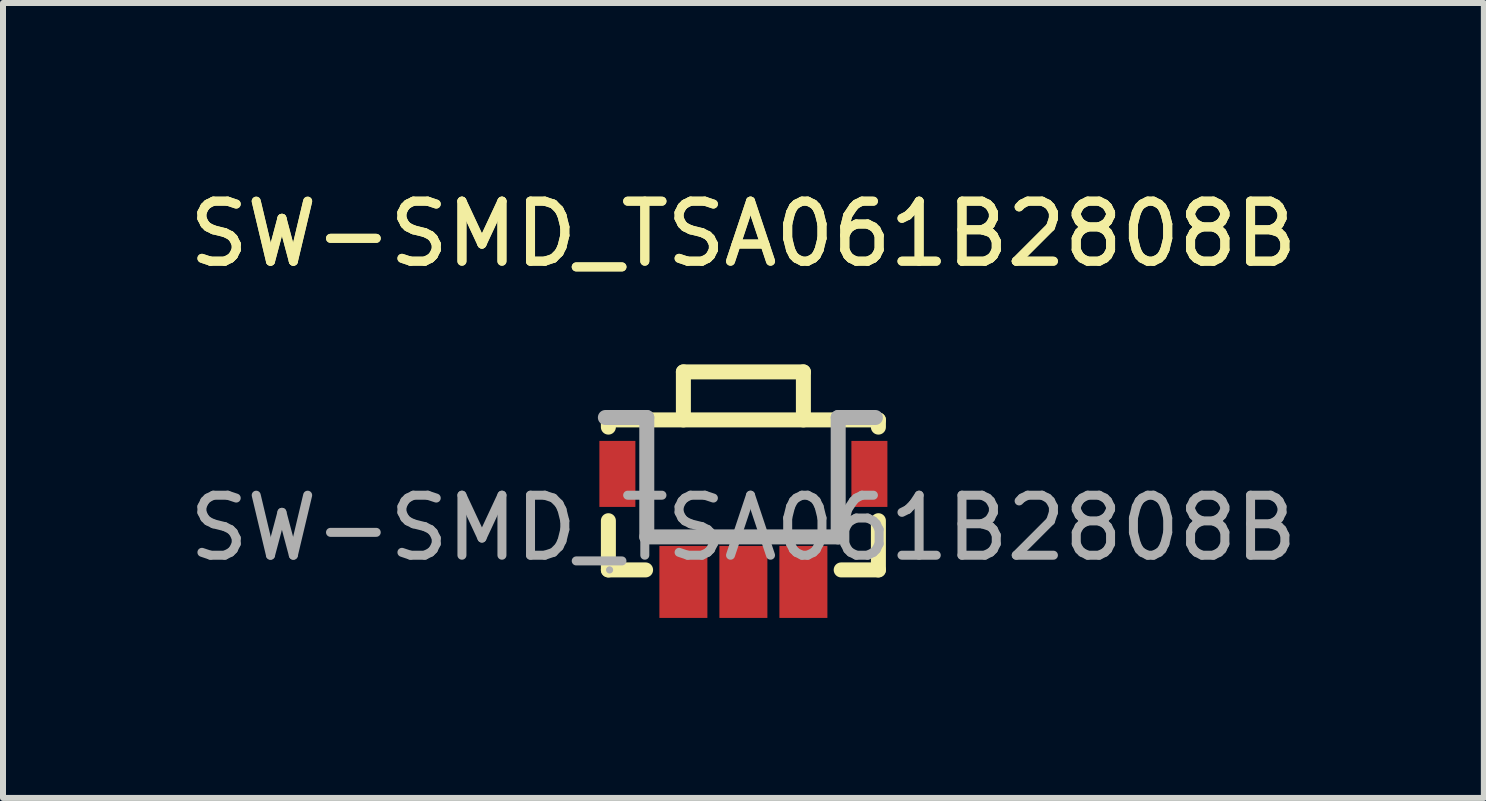
<source format=kicad_pcb>
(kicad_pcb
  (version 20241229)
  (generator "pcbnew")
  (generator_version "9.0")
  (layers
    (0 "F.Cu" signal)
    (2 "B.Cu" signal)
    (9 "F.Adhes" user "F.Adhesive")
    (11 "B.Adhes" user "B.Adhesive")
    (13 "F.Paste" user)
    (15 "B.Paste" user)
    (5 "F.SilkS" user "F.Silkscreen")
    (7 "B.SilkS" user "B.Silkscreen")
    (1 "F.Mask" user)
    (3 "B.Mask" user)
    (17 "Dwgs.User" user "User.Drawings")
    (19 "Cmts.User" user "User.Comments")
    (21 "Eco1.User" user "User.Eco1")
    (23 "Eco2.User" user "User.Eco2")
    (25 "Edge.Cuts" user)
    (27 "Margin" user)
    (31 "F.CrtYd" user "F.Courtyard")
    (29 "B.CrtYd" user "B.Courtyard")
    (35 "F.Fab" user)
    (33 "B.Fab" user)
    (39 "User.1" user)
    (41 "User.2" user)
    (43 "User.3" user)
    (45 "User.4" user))
  (footprint "SW-SMD_TSA061B2808B"
    (layer "F.Cu")
    (at 9.339 5.748)
    (property "Reference" "SW-SMD_TSA061B2808B" (at 0 -4.9 0) (layer "F.SilkS") (effects (font (size 1 1) (thickness 0.15))))
    (attr smd)
    (fp_line (start -2.25 -1.8) (end -2.25 -1.68) (stroke (width 0.25) (type solid)) (layer "F.SilkS"))
    (fp_line (start -2.25 -1.8) (end 2.25 -1.8) (stroke (width 0.25) (type solid)) (layer "F.SilkS"))
    (fp_line (start -2.25 -0.12) (end -2.25 0.7) (stroke (width 0.25) (type solid)) (layer "F.SilkS"))
    (fp_line (start -2.25 0.7) (end -1.63 0.7) (stroke (width 0.25) (type solid)) (layer "F.SilkS"))
    (fp_line (start -1 -2.6) (end -1 -1.8) (stroke (width 0.25) (type solid)) (layer "F.SilkS"))
    (fp_line (start -1 -2.6) (end 1 -2.6) (stroke (width 0.25) (type solid)) (layer "F.SilkS"))
    (fp_line (start 1 -2.6) (end 1 -1.8) (stroke (width 0.25) (type solid)) (layer "F.SilkS"))
    (fp_line (start 1.63 0.7) (end 2.25 0.7) (stroke (width 0.25) (type solid)) (layer "F.SilkS"))
    (fp_line (start 2.25 -1.8) (end 2.25 -1.68) (stroke (width 0.25) (type solid)) (layer "F.SilkS"))
    (fp_line (start 2.25 -0.12) (end 2.25 0.7) (stroke (width 0.25) (type solid)) (layer "F.SilkS"))
    (fp_line (start -1.61 -1.84) (end -2.3 -1.84) (stroke (width 0.25) (type solid)) (layer "F.Fab"))
    (fp_line (start -1.61 -1.84) (end -1.61 0.15) (stroke (width 0.25) (type solid)) (layer "F.Fab"))
    (fp_line (start -1.61 0.15) (end 1.58 0.15) (stroke (width 0.25) (type solid)) (layer "F.Fab"))
    (fp_line (start 1.58 -1.84) (end 2.2 -1.84) (stroke (width 0.25) (type solid)) (layer "F.Fab"))
    (fp_line (start 1.58 0.15) (end 1.58 -1.84) (stroke (width 0.25) (type solid)) (layer "F.Fab"))
    (fp_circle (center -2.23 0.7) (end -2.2 0.7) (stroke (width 0.06) (type solid)) (fill no) (layer "F.Fab"))
    (fp_text user "${REFERENCE}" (at 0 -4.9 0) (layer "F.SilkS") (effects (font (size 1 1) (thickness 0.15))))
    (fp_text user "${REFERENCE}" (at 0 0 0) (layer "F.Fab") (effects (font (size 1 1) (thickness 0.15))))
    (pad "1" smd rect (at -1 0.9) (size 0.8 1.2) (layers "F.Cu" "F.Mask" "F.Paste"))
    (pad "2" smd rect (at 0 0.9) (size 0.8 1.2) (layers "F.Cu" "F.Mask" "F.Paste"))
    (pad "3" smd rect (at 1 0.9) (size 0.8 1.2) (layers "F.Cu" "F.Mask" "F.Paste"))
    (pad "4" smd rect (at 2.1 -0.9) (size 0.6 1.1) (layers "F.Cu" "F.Mask" "F.Paste"))
    (pad "5" smd rect (at -2.1 -0.9) (size 0.6 1.1) (layers "F.Cu" "F.Mask" "F.Paste")))
  (gr_rect
    (start -3 -3)
    (end 21.679 10.248)
    (stroke (width 0.1) (type default))
    (fill no)
    (layer "Edge.Cuts")))
</source>
